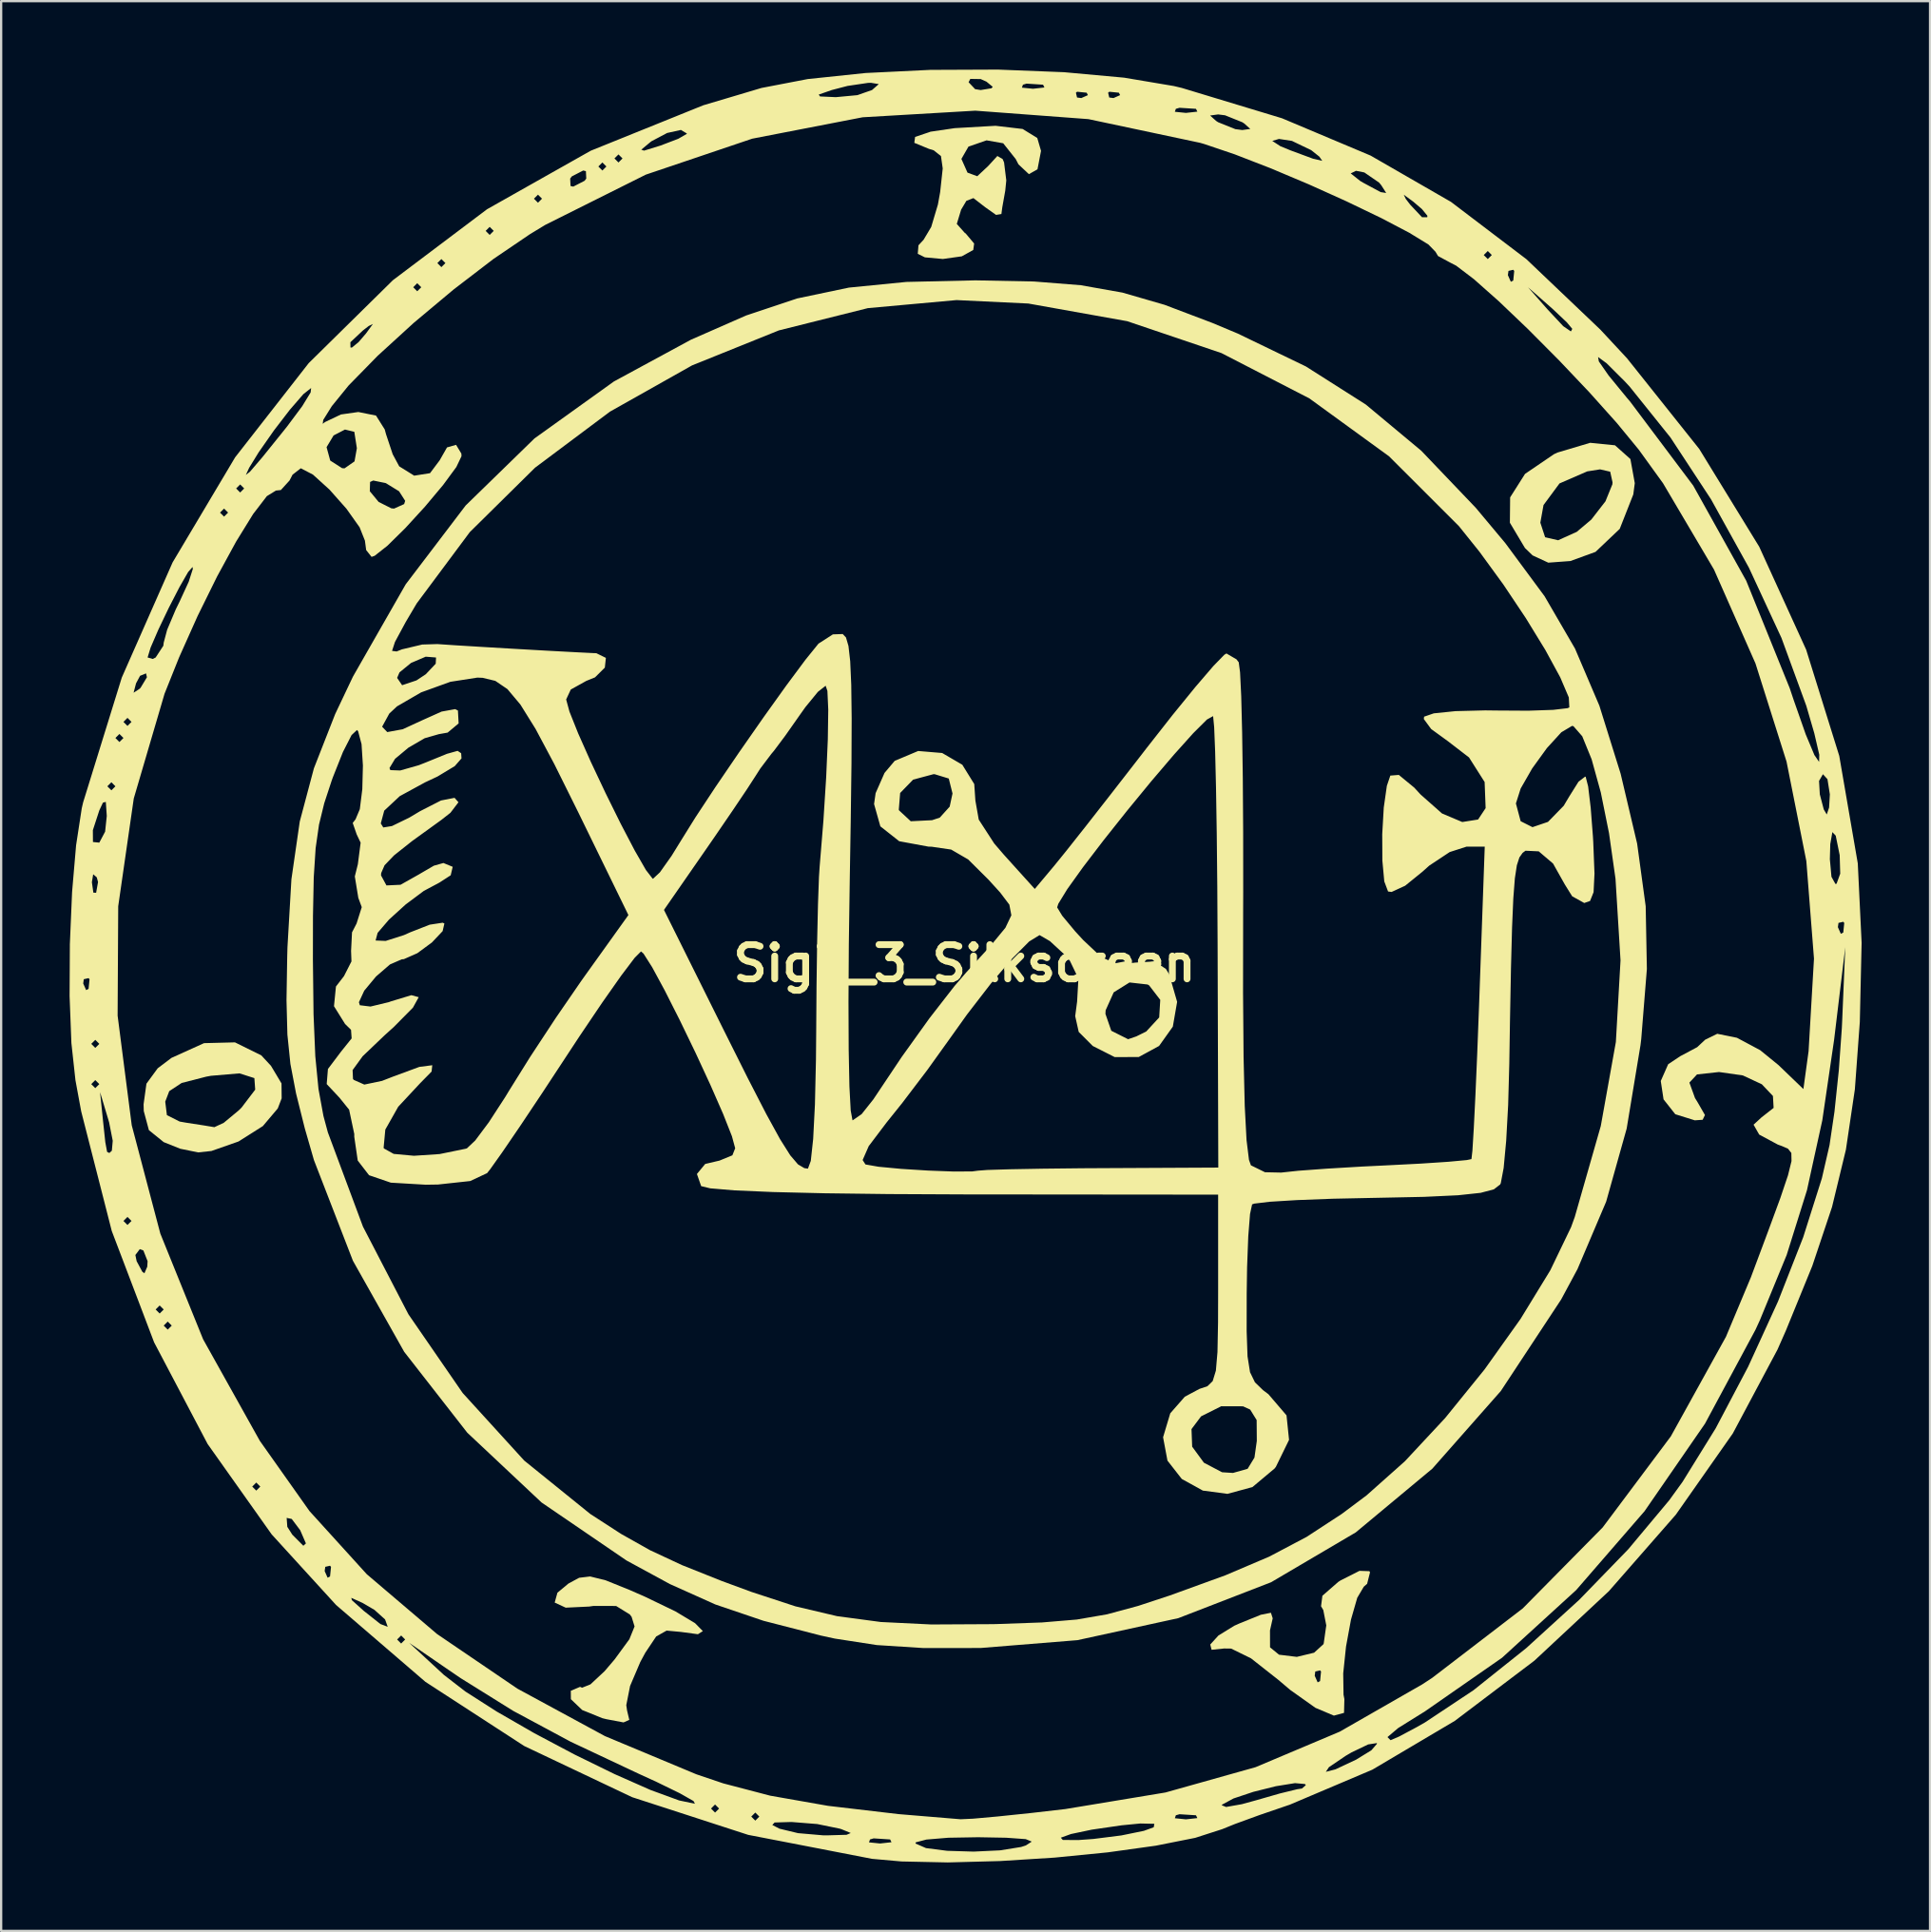
<source format=kicad_pcb>
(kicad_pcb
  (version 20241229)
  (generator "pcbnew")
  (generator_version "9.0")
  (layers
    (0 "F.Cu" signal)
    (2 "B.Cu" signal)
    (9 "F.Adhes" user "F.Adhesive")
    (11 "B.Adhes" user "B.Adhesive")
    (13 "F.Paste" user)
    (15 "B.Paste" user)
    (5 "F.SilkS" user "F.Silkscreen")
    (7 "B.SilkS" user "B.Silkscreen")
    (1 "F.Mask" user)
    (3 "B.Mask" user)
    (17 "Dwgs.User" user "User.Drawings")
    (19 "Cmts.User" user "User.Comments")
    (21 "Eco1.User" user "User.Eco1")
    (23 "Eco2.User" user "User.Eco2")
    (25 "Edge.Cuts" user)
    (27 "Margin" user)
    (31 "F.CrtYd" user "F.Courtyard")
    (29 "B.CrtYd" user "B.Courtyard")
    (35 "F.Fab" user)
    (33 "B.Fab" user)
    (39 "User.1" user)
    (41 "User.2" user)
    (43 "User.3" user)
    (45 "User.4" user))
  (footprint "Sigil_3_Silkscreen"
    (layer "F.Cu")
    (at 39.226 39.172)
    (property "Reference" "Sigil_3_Silkscreen" (at 0 0 0) (layer "F.SilkS") (effects (font (size 1.5 1.5) (thickness 0.3))))
    (attr board_only exclude_from_pos_files exclude_from_bom)
    (fp_poly (pts (xy 28.506 -22.706) (xy 29.182 -22.104) (xy 29.374 -21.047) (xy 29.309 -20.553) (xy 28.714 -19.042) (xy 27.653 -18.034) (xy 26.554 -17.634) (xy 25.583 -17.562) (xy 24.896 -17.88) (xy 24.561 -18.203) (xy 23.9 -19.312) (xy 23.9 -19.315) (xy 25.235 -19.315) (xy 25.444 -18.676) (xy 26.015 -18.544) (xy 26.83 -18.912) (xy 27.469 -19.451) (xy 28.089 -20.251) (xy 28.392 -20.996) (xy 28.399 -21.082) (xy 28.296 -21.549) (xy 27.853 -21.651) (xy 27.29 -21.562) (xy 26.074 -21.034) (xy 25.374 -20.087) (xy 25.235 -19.315) (xy 23.9 -19.315) (xy 23.911 -20.424) (xy 24.564 -21.453) (xy 25.832 -22.316) (xy 25.991 -22.39) (xy 27.419 -22.815)) (stroke (width 0) (type solid)) (fill yes) (layer "F.SilkS"))
    (fp_poly (pts (xy -30.825 4.031) (xy -30.401 4.488) (xy -29.938 5.261) (xy -29.931 5.915) (xy -30.102 6.358) (xy -30.755 7.131) (xy -31.821 7.806) (xy -33.01 8.223) (xy -33.591 8.285) (xy -34.376 8.125) (xy -35.101 7.834) (xy -35.75 7.31) (xy -35.975 6.472) (xy -35.983 6.177) (xy -35.967 6.06) (xy -35.034 6.06) (xy -34.961 6.651) (xy -34.401 6.933) (xy -34.152 6.977) (xy -33.332 7.104) (xy -32.88 7.179) (xy -32.47 6.988) (xy -31.82 6.449) (xy -31.691 6.323) (xy -31.091 5.535) (xy -31.127 5.029) (xy -31.779 4.821) (xy -33.029 4.927) (xy -33.24 4.966) (xy -34.315 5.242) (xy -34.858 5.6) (xy -35.034 6.06) (xy -35.967 6.06) (xy -35.858 5.273) (xy -35.365 4.599) (xy -34.76 4.142) (xy -33.333 3.496) (xy -31.978 3.462)) (stroke (width 0) (type solid)) (fill yes) (layer "F.SilkS"))
    (fp_poly (pts (xy -15.735 27.037) (xy -14.685 27.46) (xy -13.998 27.762) (xy -12.67 28.402) (xy -11.813 28.917) (xy -11.471 29.265) (xy -11.687 29.402) (xy -12.435 29.301) (xy -13.06 29.243) (xy -13.516 29.5) (xy -13.993 30.212) (xy -14.213 30.619) (xy -14.661 31.671) (xy -14.827 32.511) (xy -14.793 32.743) (xy -14.695 33.155) (xy -14.947 33.267) (xy -15.701 33.125) (xy -15.875 33.082) (xy -16.759 32.724) (xy -17.255 32.249) (xy -17.258 31.881) (xy -16.853 31.708) (xy -16.764 31.746) (xy -16.397 31.599) (xy -15.781 31.025) (xy -15.341 30.509) (xy -14.692 29.622) (xy -14.464 29.061) (xy -14.594 28.639) (xy -14.675 28.533) (xy -15.272 28.164) (xy -16.26 28.161) (xy -16.454 28.189) (xy -17.482 28.238) (xy -17.965 28.015) (xy -17.845 27.582) (xy -17.361 27.18) (xy -16.894 26.928) (xy -16.412 26.87)) (stroke (width 0) (type solid)) (fill yes) (layer "F.SilkS"))
    (fp_poly (pts (xy 2.543 -36.57) (xy 3.186 -36.174) (xy 3.351 -35.61) (xy 3.195 -34.801) (xy 2.819 -34.589) (xy 2.361 -35.02) (xy 2.242 -35.25) (xy 1.693 -35.943) (xy 0.964 -36.071) (xy 0.17 -35.796) (xy -0.139 -35.257) (xy 0.128 -34.656) (xy 0.556 -34.499) (xy 1.032 -34.944) (xy 1.437 -35.386) (xy 1.67 -35.249) (xy 1.731 -35.101) (xy 1.828 -34.316) (xy 1.783 -33.867) (xy 1.652 -33.131) (xy 1.614 -32.842) (xy 1.379 -32.804) (xy 0.91 -33.136) (xy 0.387 -33.54) (xy 0.079 -33.42) (xy -0.151 -33.033) (xy -0.341 -32.408) (xy 0.013 -32.011) (xy 0.047 -31.992) (xy 0.419 -31.549) (xy 0.381 -31.267) (xy -0.121 -30.988) (xy -0.95 -30.871) (xy -1.739 -30.943) (xy -2.052 -31.098) (xy -2.021 -31.471) (xy -1.796 -31.715) (xy -1.462 -32.276) (xy -1.169 -33.257) (xy -1.07 -33.805) (xy -0.958 -34.84) (xy -1.035 -35.382) (xy -1.353 -35.634) (xy -1.562 -35.698) (xy -2.203 -35.962) (xy -2.169 -36.221) (xy -1.488 -36.451) (xy -0.432 -36.606) (xy 1.358 -36.709)) (stroke (width 0) (type solid)) (fill yes) (layer "F.SilkS"))
    (fp_poly (pts (xy 17.743 26.639) (xy 17.77 26.688) (xy 17.643 27.192) (xy 17.497 27.319) (xy 17.21 27.805) (xy 16.936 28.759) (xy 16.718 29.943) (xy 16.595 31.12) (xy 16.609 32.051) (xy 16.646 32.245) (xy 16.631 32.848) (xy 16.186 32.969) (xy 15.378 32.628) (xy 14.273 31.844) (xy 13.758 31.407) (xy 13.522 31.221) (xy 15.346 31.221) (xy 15.475 31.511) (xy 15.581 31.456) (xy 15.623 31.037) (xy 15.581 30.986) (xy 15.371 31.034) (xy 15.346 31.221) (xy 13.522 31.221) (xy 12.553 30.458) (xy 11.683 30.031) (xy 11.377 30.027) (xy 10.826 30.084) (xy 10.768 29.852) (xy 11.126 29.458) (xy 11.823 29.029) (xy 12.038 28.933) (xy 12.986 28.548) (xy 13.427 28.461) (xy 13.505 28.705) (xy 13.386 29.233) (xy 13.388 29.976) (xy 13.782 30.299) (xy 14.561 30.394) (xy 15.318 30.212) (xy 15.732 29.835) (xy 15.743 29.786) (xy 15.834 29.141) (xy 15.853 29.016) (xy 15.722 28.343) (xy 15.623 28.175) (xy 15.683 27.715) (xy 16.38 27.107) (xy 16.483 27.041) (xy 17.308 26.624)) (stroke (width 0) (type solid)) (fill yes) (layer "F.SilkS"))
    (fp_poly (pts (xy 0.529 -29.934) (xy 3.043 -29.885) (xy 5.094 -29.722) (xy 6.92 -29.398) (xy 8.762 -28.864) (xy 10.857 -28.07) (xy 11.975 -27.602) (xy 14.96 -26.161) (xy 17.586 -24.492) (xy 20.014 -22.469) (xy 22.406 -19.965) (xy 23.699 -18.419) (xy 25.421 -16.09) (xy 26.754 -13.797) (xy 27.822 -11.294) (xy 28.747 -8.335) (xy 28.759 -8.29) (xy 29.477 -5.249) (xy 29.852 -2.504) (xy 29.904 0.247) (xy 29.657 3.313) (xy 29.625 3.581) (xy 29.018 7.243) (xy 28.119 10.445) (xy 26.863 13.399) (xy 26.147 14.731) (xy 23.503 18.742) (xy 20.502 22.145) (xy 17.145 24.939) (xy 13.433 27.124) (xy 9.366 28.698) (xy 4.947 29.662) (xy 0.706 30.005) (xy -1.797 30.008) (xy -3.847 29.877) (xy -5.687 29.593) (xy -6.299 29.46) (xy -8.817 28.812) (xy -10.924 28.097) (xy -12.916 27.203) (xy -14.817 26.17) (xy -18.54 23.628) (xy -21.796 20.569) (xy -24.56 17.026) (xy -26.808 13.034) (xy -28.516 8.624) (xy -28.917 7.232) (xy -29.3 5.703) (xy -29.548 4.407) (xy -29.68 3.12) (xy -29.719 1.615) (xy -29.69 -0.176) (xy -28.562 -0.176) (xy -28.534 2.225) (xy -28.457 4.07) (xy -28.317 5.507) (xy -28.101 6.685) (xy -27.906 7.408) (xy -26.367 11.54) (xy -24.375 15.38) (xy -21.998 18.829) (xy -19.301 21.79) (xy -16.404 24.132) (xy -15.047 25.01) (xy -13.777 25.724) (xy -12.382 26.374) (xy -10.653 27.064) (xy -9.339 27.548) (xy -7.415 28.179) (xy -5.592 28.609) (xy -3.672 28.866) (xy -1.459 28.974) (xy 1.244 28.96) (xy 1.411 28.956) (xy 3.393 28.886) (xy 4.919 28.758) (xy 6.24 28.53) (xy 7.606 28.161) (xy 8.996 27.703) (xy 11.418 26.824) (xy 13.35 26.002) (xy 14.989 25.137) (xy 16.532 24.129) (xy 17.618 23.316) (xy 19.296 21.823) (xy 21.06 19.93) (xy 22.79 17.796) (xy 24.367 15.583) (xy 25.671 13.452) (xy 26.581 11.562) (xy 26.744 11.113) (xy 27.884 7.128) (xy 28.545 3.445) (xy 28.749 -0.131) (xy 28.529 -3.708) (xy 28.245 -5.706) (xy 27.885 -7.491) (xy 27.482 -8.946) (xy 27.071 -9.954) (xy 26.685 -10.396) (xy 26.622 -10.407) (xy 26.156 -10.129) (xy 25.523 -9.436) (xy 24.877 -8.543) (xy 24.373 -7.664) (xy 24.165 -7.013) (xy 24.165 -7.005) (xy 24.372 -6.231) (xy 24.89 -5.97) (xy 25.57 -6.201) (xy 26.258 -6.906) (xy 26.497 -7.307) (xy 26.908 -7.962) (xy 27.2 -8.186) (xy 27.223 -8.172) (xy 27.33 -7.755) (xy 27.442 -6.821) (xy 27.54 -5.557) (xy 27.554 -5.317) (xy 27.608 -3.935) (xy 27.568 -3.119) (xy 27.414 -2.735) (xy 27.159 -2.646) (xy 26.63 -2.94) (xy 26.31 -3.454) (xy 25.792 -4.375) (xy 25.164 -4.91) (xy 24.584 -4.937) (xy 24.457 -4.842) (xy 24.316 -4.642) (xy 24.205 -4.298) (xy 24.118 -3.727) (xy 24.05 -2.844) (xy 23.995 -1.564) (xy 23.948 0.197) (xy 23.904 2.523) (xy 23.874 4.41) (xy 23.824 6.207) (xy 23.738 7.775) (xy 23.627 8.965) (xy 23.502 9.63) (xy 23.474 9.69) (xy 23.199 9.903) (xy 22.618 10.057) (xy 21.631 10.163) (xy 20.14 10.233) (xy 18.045 10.276) (xy 17.983 10.277) (xy 16.144 10.315) (xy 14.563 10.375) (xy 13.371 10.448) (xy 12.699 10.529) (xy 12.602 10.563) (xy 12.511 10.986) (xy 12.434 11.956) (xy 12.382 13.317) (xy 12.365 14.472) (xy 12.363 16.125) (xy 12.401 17.223) (xy 12.511 17.918) (xy 12.726 18.361) (xy 13.079 18.703) (xy 13.316 18.882) (xy 14.11 19.809) (xy 14.221 20.883) (xy 13.645 22.063) (xy 13.588 22.138) (xy 12.617 22.952) (xy 11.522 23.25) (xy 10.443 23.107) (xy 9.52 22.597) (xy 8.892 21.793) (xy 8.7 20.77) (xy 8.807 20.411) (xy 9.946 20.411) (xy 9.975 21.182) (xy 10.49 21.885) (xy 11.286 22.303) (xy 11.764 22.333) (xy 12.405 22.152) (xy 12.705 21.66) (xy 12.808 20.932) (xy 12.801 20.016) (xy 12.517 19.556) (xy 12.204 19.413) (xy 11.25 19.41) (xy 10.365 19.853) (xy 9.946 20.411) (xy 8.807 20.411) (xy 9.015 19.719) (xy 9.652 18.992) (xy 10.295 18.649) (xy 10.643 18.533) (xy 10.874 18.308) (xy 11.014 17.85) (xy 11.084 17.034) (xy 11.109 15.735) (xy 11.113 14.29) (xy 11.113 10.136) (xy -0.04 10.126) (xy -3.33 10.111) (xy -6.13 10.076) (xy -8.396 10.022) (xy -10.084 9.949) (xy -11.15 9.859) (xy -11.545 9.763) (xy -11.731 9.231) (xy -11.368 8.791) (xy -10.739 8.643) (xy -10.177 8.412) (xy -10.054 8.103) (xy -10.197 7.575) (xy -10.581 6.604) (xy -11.136 5.336) (xy -11.794 3.914) (xy -12.486 2.483) (xy -13.142 1.186) (xy -13.693 0.168) (xy -14.072 -0.428) (xy -14.182 -0.523) (xy -14.462 -0.24) (xy -15.049 0.536) (xy -15.871 1.704) (xy -16.856 3.163) (xy -17.462 4.084) (xy -18.531 5.71) (xy -19.494 7.152) (xy -20.273 8.293) (xy -20.789 9.019) (xy -20.927 9.193) (xy -21.669 9.54) (xy -23.08 9.693) (xy -23.618 9.701) (xy -25.147 9.611) (xy -26.101 9.285) (xy -26.597 8.642) (xy -26.749 7.6) (xy -26.749 7.478) (xy -26.974 6.413) (xy -27.396 5.889) (xy -27.957 5.29) (xy -27.907 4.677) (xy -26.822 4.677) (xy -26.805 5.066) (xy -26.769 5.108) (xy -26.308 5.312) (xy -25.533 5.15) (xy -25.051 4.963) (xy -23.896 4.537) (xy -23.33 4.464) (xy -23.36 4.742) (xy -23.861 5.252) (xy -24.823 6.285) (xy -25.388 7.284) (xy -25.462 8.077) (xy -25.45 8.111) (xy -25.022 8.35) (xy -24.132 8.432) (xy -23.007 8.357) (xy -21.872 8.125) (xy -21.812 8.107) (xy -21.447 7.762) (xy -20.849 6.961) (xy -20.134 5.86) (xy -19.963 5.578) (xy -19.042 4.102) (xy -17.917 2.392) (xy -16.807 0.778) (xy -16.63 0.529) (xy -14.734 -2.117) (xy -14.844 -2.343) (xy -13.175 -2.343) (xy -10.575 2.885) (xy -9.507 5.02) (xy -8.694 6.599) (xy -8.088 7.703) (xy -7.64 8.413) (xy -7.301 8.81) (xy -7.022 8.975) (xy -6.865 8.996) (xy -6.74 8.657) (xy -6.736 8.619) (xy -4.468 8.619) (xy -4.344 8.813) (xy -3.773 8.913) (xy -2.775 9.007) (xy -1.594 9.081) (xy -0.474 9.123) (xy 0.338 9.118) (xy 0.581 9.086) (xy 0.997 9.054) (xy 1.987 9.024) (xy 3.422 8.998) (xy 5.169 8.979) (xy 5.964 8.975) (xy 11.12 8.95) (xy 11.09 -0.805) (xy 11.076 -3.363) (xy 11.052 -5.691) (xy 11.02 -7.694) (xy 10.982 -9.279) (xy 10.939 -10.354) (xy 10.894 -10.825) (xy 10.89 -10.835) (xy 10.622 -10.686) (xy 10.02 -10.086) (xy 9.176 -9.146) (xy 8.179 -7.977) (xy 7.123 -6.691) (xy 6.096 -5.4) (xy 5.191 -4.216) (xy 4.499 -3.25) (xy 4.109 -2.613) (xy 4.057 -2.454) (xy 4.279 -2.088) (xy 4.84 -1.413) (xy 5.194 -1.027) (xy 5.988 -0.279) (xy 6.638 0.016) (xy 7.414 -0.024) (xy 7.457 -0.032) (xy 8.324 -0.086) (xy 8.823 0.243) (xy 8.965 0.472) (xy 9.316 1.686) (xy 9.127 2.774) (xy 8.524 3.62) (xy 7.634 4.104) (xy 6.58 4.108) (xy 5.619 3.621) (xy 5.002 3.003) (xy 4.848 2.312) (xy 4.861 2.214) (xy 6.174 2.214) (xy 6.43 2.953) (xy 7.167 3.324) (xy 7.526 3.201) (xy 7.961 2.986) (xy 8.53 2.369) (xy 8.576 1.599) (xy 8.089 0.966) (xy 8.021 0.926) (xy 7.229 0.837) (xy 6.536 1.27) (xy 6.182 2.057) (xy 6.174 2.214) (xy 4.861 2.214) (xy 4.932 1.674) (xy 4.989 0.663) (xy 4.616 -0.112) (xy 4.372 -0.393) (xy 3.742 -0.974) (xy 3.295 -1.234) (xy 3.279 -1.235) (xy 2.833 -0.961) (xy 2.091 -0.216) (xy 1.15 0.889) (xy 0.109 2.238) (xy -0.658 3.313) (xy -1.639 4.68) (xy -2.731 6.117) (xy -3.415 6.97) (xy -4.2 8.008) (xy -4.468 8.619) (xy -6.736 8.619) (xy -6.636 7.694) (xy -6.559 6.188) (xy -6.514 4.221) (xy -6.504 3.087) (xy -6.489 0.999) (xy -6.462 -0.945) (xy -6.425 -2.592) (xy -6.382 -3.785) (xy -6.353 -4.233) (xy -6.187 -6.255) (xy -6.066 -8.157) (xy -5.994 -9.819) (xy -5.975 -11.121) (xy -6.012 -11.94) (xy -6.089 -12.168) (xy -6.428 -11.901) (xy -6.977 -11.23) (xy -7.232 -10.871) (xy -7.855 -9.984) (xy -8.355 -9.316) (xy -8.467 -9.183) (xy -8.952 -8.541) (xy -9.172 -8.197) (xy -9.526 -7.65) (xy -10.169 -6.694) (xy -10.986 -5.5) (xy -11.35 -4.974) (xy -13.175 -2.343) (xy -14.844 -2.343) (xy -16.933 -6.623) (xy -17.98 -8.731) (xy -18.804 -10.277) (xy -19.469 -11.345) (xy -20.035 -12.019) (xy -20.567 -12.381) (xy -21.125 -12.515) (xy -21.355 -12.524) (xy -22.538 -12.34) (xy -23.818 -11.877) (xy -24.874 -11.265) (xy -25.214 -10.948) (xy -25.528 -10.372) (xy -25.303 -10.137) (xy -24.625 -10.261) (xy -23.79 -10.646) (xy -22.922 -11.035) (xy -22.326 -11.143) (xy -22.206 -11.082) (xy -22.175 -10.517) (xy -22.656 -10.114) (xy -23.04 -10.046) (xy -23.662 -9.868) (xy -24.375 -9.454) (xy -24.962 -8.964) (xy -25.205 -8.561) (xy -25.168 -8.47) (xy -24.735 -8.454) (xy -23.924 -8.684) (xy -23.631 -8.799) (xy -22.686 -9.184) (xy -22.22 -9.314) (xy -22.064 -9.21) (xy -22.049 -8.983) (xy -22.345 -8.645) (xy -23.101 -8.189) (xy -23.644 -7.934) (xy -24.755 -7.329) (xy -25.436 -6.693) (xy -25.586 -6.133) (xy -25.477 -5.957) (xy -25.098 -6.018) (xy -24.345 -6.384) (xy -23.863 -6.671) (xy -22.947 -7.139) (xy -22.353 -7.255) (xy -22.182 -7.061) (xy -22.535 -6.599) (xy -22.936 -6.284) (xy -24.212 -5.362) (xy -25.005 -4.733) (xy -25.422 -4.298) (xy -25.569 -3.959) (xy -25.576 -3.855) (xy -25.338 -3.416) (xy -24.721 -3.445) (xy -23.968 -3.869) (xy -23.26 -4.281) (xy -22.842 -4.399) (xy -22.435 -4.232) (xy -22.522 -3.861) (xy -23.019 -3.539) (xy -23.702 -3.175) (xy -24.497 -2.581) (xy -25.23 -1.915) (xy -25.726 -1.336) (xy -25.814 -1.002) (xy -25.371 -0.984) (xy -24.569 -1.24) (xy -24.294 -1.363) (xy -23.441 -1.696) (xy -22.875 -1.782) (xy -22.799 -1.749) (xy -22.876 -1.413) (xy -23.346 -0.916) (xy -23.986 -0.445) (xy -24.573 -0.186) (xy -24.672 -0.176) (xy -25.184 0.047) (xy -25.795 0.575) (xy -26.313 1.198) (xy -26.545 1.703) (xy -26.505 1.835) (xy -26.038 1.892) (xy -25.235 1.699) (xy -25.145 1.666) (xy -24.247 1.394) (xy -23.924 1.482) (xy -24.178 1.941) (xy -25.011 2.783) (xy -25.42 3.153) (xy -26.381 4.07) (xy -26.822 4.677) (xy -27.907 4.677) (xy -27.903 4.629) (xy -27.329 3.868) (xy -26.864 3.288) (xy -26.891 2.912) (xy -27.152 2.656) (xy -27.638 1.877) (xy -27.552 1.014) (xy -27.2 0.559) (xy -26.872 -0.086) (xy -26.889 -0.544) (xy -26.848 -1.36) (xy -26.648 -1.747) (xy -26.421 -2.464) (xy -26.572 -2.873) (xy -26.725 -3.81) (xy -26.592 -4.346) (xy -26.47 -5.289) (xy -26.644 -5.656) (xy -26.817 -6.154) (xy -26.693 -6.314) (xy -26.506 -6.758) (xy -26.397 -7.632) (xy -26.37 -8.671) (xy -26.43 -9.608) (xy -26.581 -10.176) (xy -26.63 -10.228) (xy -26.867 -10.005) (xy -27.245 -9.265) (xy -27.685 -8.16) (xy -27.736 -8.019) (xy -28.065 -7.018) (xy -28.294 -6.082) (xy -28.442 -5.051) (xy -28.525 -3.767) (xy -28.559 -2.072) (xy -28.562 -0.176) (xy -29.69 -0.176) (xy -29.687 -0.332) (xy -29.677 -0.706) (xy -29.504 -3.685) (xy -29.138 -6.217) (xy -28.518 -8.549) (xy -27.586 -10.926) (xy -26.834 -12.511) (xy -24.871 -12.511) (xy -24.651 -12.191) (xy -24.022 -12.402) (xy -23.616 -12.671) (xy -23.179 -13.133) (xy -23.165 -13.405) (xy -23.617 -13.441) (xy -24.26 -13.167) (xy -24.767 -12.753) (xy -24.871 -12.511) (xy -26.834 -12.511) (xy -26.805 -12.571) (xy -26.163 -13.695) (xy -25.093 -13.695) (xy -24.892 -13.67) (xy -24.662 -13.762) (xy -23.77 -13.974) (xy -23.107 -13.994) (xy -22.321 -13.941) (xy -21.108 -13.867) (xy -19.682 -13.783) (xy -18.257 -13.702) (xy -17.045 -13.637) (xy -16.26 -13.598) (xy -16.14 -13.594) (xy -15.721 -13.389) (xy -15.767 -12.962) (xy -16.197 -12.535) (xy -16.581 -12.379) (xy -17.259 -12.002) (xy -17.462 -11.567) (xy -17.318 -11.036) (xy -16.934 -10.075) (xy -16.382 -8.834) (xy -15.736 -7.465) (xy -15.07 -6.118) (xy -14.455 -4.943) (xy -13.966 -4.092) (xy -13.675 -3.716) (xy -13.654 -3.709) (xy -13.353 -3.991) (xy -12.842 -4.712) (xy -12.427 -5.385) (xy -11.797 -6.397) (xy -10.915 -7.734) (xy -9.886 -9.244) (xy -8.816 -10.777) (xy -7.811 -12.181) (xy -6.976 -13.304) (xy -6.417 -13.996) (xy -6.4 -14.015) (xy -5.772 -14.419) (xy -5.34 -14.434) (xy -5.198 -14.284) (xy -5.089 -13.91) (xy -5.013 -13.243) (xy -4.967 -12.21) (xy -4.949 -10.741) (xy -4.957 -8.765) (xy -4.99 -6.212) (xy -5.032 -3.682) (xy -5.073 -0.821) (xy -5.088 1.692) (xy -5.079 3.787) (xy -5.047 5.396) (xy -4.991 6.447) (xy -4.914 6.871) (xy -4.903 6.877) (xy -4.512 6.607) (xy -3.996 5.957) (xy -3.963 5.907) (xy -2.758 4.105) (xy -1.536 2.401) (xy -0.441 0.993) (xy 0.073 0.396) (xy 1.142 -0.774) (xy 1.789 -1.559) (xy 2.05 -2.108) (xy 1.962 -2.574) (xy 1.559 -3.107) (xy 1.044 -3.673) (xy 0.158 -4.554) (xy -0.589 -4.988) (xy -1.451 -5.114) (xy -1.574 -5.115) (xy -2.864 -5.353) (xy -3.691 -6.005) (xy -3.897 -6.735) (xy -2.883 -6.735) (xy -2.873 -6.707) (xy -2.359 -6.229) (xy -1.426 -6.275) (xy -1.087 -6.388) (xy -0.653 -6.869) (xy -0.529 -7.446) (xy -0.693 -8.101) (xy -1.31 -8.29) (xy -1.368 -8.29) (xy -2.256 -8.052) (xy -2.824 -7.467) (xy -2.883 -6.735) (xy -3.897 -6.735) (xy -3.967 -6.983) (xy -3.899 -7.461) (xy -3.509 -8.346) (xy -3.063 -8.875) (xy -2.034 -9.308) (xy -0.982 -9.22) (xy -0.099 -8.705) (xy 0.424 -7.859) (xy 0.474 -7.132) (xy 0.621 -6.301) (xy 1.298 -5.256) (xy 1.719 -4.766) (xy 3.077 -3.262) (xy 3.928 -4.277) (xy 4.449 -4.92) (xy 5.296 -5.99) (xy 6.365 -7.357) (xy 7.555 -8.888) (xy 7.979 -9.437) (xy 9.121 -10.892) (xy 10.124 -12.123) (xy 10.906 -13.034) (xy 11.383 -13.524) (xy 11.477 -13.582) (xy 11.917 -13.325) (xy 12.016 -13.195) (xy 12.074 -12.756) (xy 12.125 -11.703) (xy 12.165 -10.125) (xy 12.194 -8.112) (xy 12.21 -5.756) (xy 12.212 -3.146) (xy 12.209 -2.212) (xy 12.205 1.287) (xy 12.228 4.1) (xy 12.279 6.246) (xy 12.358 7.744) (xy 12.465 8.614) (xy 12.55 8.851) (xy 13.167 9.154) (xy 13.877 9.169) (xy 14.623 9.089) (xy 15.873 8.997) (xy 17.424 8.905) (xy 18.468 8.854) (xy 19.989 8.776) (xy 21.22 8.694) (xy 22.008 8.621) (xy 22.216 8.578) (xy 22.258 8.208) (xy 22.317 7.242) (xy 22.389 5.791) (xy 22.468 3.965) (xy 22.548 1.873) (xy 22.555 1.676) (xy 22.798 -5.115) (xy 21.999 -5.115) (xy 21.261 -4.878) (xy 20.367 -4.285) (xy 20.067 -4.017) (xy 19.31 -3.403) (xy 18.716 -3.13) (xy 18.561 -3.15) (xy 18.395 -3.591) (xy 18.311 -4.504) (xy 18.305 -5.659) (xy 18.372 -6.828) (xy 18.508 -7.782) (xy 18.66 -8.23) (xy 19.032 -8.26) (xy 19.708 -7.703) (xy 19.985 -7.402) (xy 20.926 -6.57) (xy 21.813 -6.195) (xy 22.506 -6.305) (xy 22.837 -6.804) (xy 22.793 -7.948) (xy 22.109 -9.025) (xy 21.176 -9.743) (xy 20.45 -10.27) (xy 20.127 -10.71) (xy 20.14 -10.812) (xy 20.565 -10.958) (xy 21.517 -11.055) (xy 22.819 -11.088) (xy 23.326 -11.082) (xy 24.707 -11.074) (xy 25.8 -11.111) (xy 26.428 -11.185) (xy 26.506 -11.219) (xy 26.482 -11.657) (xy 26.107 -12.536) (xy 25.454 -13.735) (xy 24.597 -15.133) (xy 23.611 -16.608) (xy 22.568 -18.039) (xy 21.665 -19.164) (xy 18.606 -22.221) (xy 15.112 -24.761) (xy 11.259 -26.747) (xy 7.127 -28.145) (xy 2.795 -28.919) (xy -0.353 -29.07) (xy -4.24 -28.717) (xy -8.14 -27.741) (xy -11.943 -26.208) (xy -15.542 -24.181) (xy -18.826 -21.724) (xy -21.685 -18.901) (xy -24.012 -15.776) (xy -24.491 -14.966) (xy -24.965 -14.088) (xy -25.093 -13.695) (xy -26.163 -13.695) (xy -24.494 -16.614) (xy -21.866 -20.069) (xy -18.849 -23.008) (xy -15.367 -25.505) (xy -11.994 -27.333) (xy -9.572 -28.396) (xy -7.336 -29.142) (xy -5.07 -29.617) (xy -2.553 -29.866) (xy 0.431 -29.934)) (stroke (width 0) (type solid)) (fill yes) (layer "F.SilkS"))
    (fp_poly (pts (xy 4.359 -39.058) (xy 6.993 -38.818) (xy 9.174 -38.451) (xy 9.525 -38.367) (xy 13.914 -37.038) (xy 17.796 -35.403) (xy 21.318 -33.374) (xy 24.626 -30.861) (xy 27.866 -27.775) (xy 29.032 -26.521) (xy 32.198 -22.548) (xy 34.827 -18.262) (xy 36.885 -13.749) (xy 38.336 -9.094) (xy 39.148 -4.383) (xy 39.316 -0.901) (xy 39.237 2.564) (xy 39.02 5.521) (xy 38.628 8.162) (xy 38.019 10.677) (xy 37.155 13.258) (xy 35.996 16.095) (xy 35.627 16.93) (xy 33.669 20.604) (xy 31.171 24.165) (xy 28.237 27.517) (xy 24.972 30.562) (xy 21.482 33.202) (xy 17.871 35.339) (xy 14.244 36.877) (xy 14.175 36.899) (xy 12.92 37.329) (xy 11.853 37.718) (xy 11.289 37.946) (xy 10.109 38.326) (xy 8.384 38.669) (xy 6.276 38.962) (xy 3.947 39.192) (xy 1.556 39.343) (xy -0.736 39.404) (xy -2.766 39.361) (xy -4.057 39.246) (xy -7.524 38.574) (xy -2.151 38.574) (xy -1.691 38.775) (xy -0.764 38.894) (xy 0.396 38.929) (xy 1.555 38.874) (xy 2.478 38.726) (xy 2.684 38.659) (xy 2.944 38.491) (xy 2.681 38.382) (xy 1.829 38.321) (xy 1.72 38.319) (xy 4.219 38.319) (xy 4.305 38.418) (xy 4.983 38.423) (xy 5.644 38.375) (xy 6.873 38.22) (xy 7.86 38.018) (xy 8.29 37.862) (xy 8.317 37.71) (xy 7.702 37.697) (xy 6.879 37.777) (xy 5.57 37.968) (xy 4.662 38.159) (xy 4.219 38.319) (xy 1.72 38.319) (xy 0.597 38.299) (xy -0.713 38.321) (xy -1.674 38.401) (xy -2.136 38.522) (xy -2.151 38.574) (xy -7.524 38.574) (xy -7.782 38.524) (xy -4.189 38.524) (xy -3.704 38.573) (xy -3.203 38.518) (xy -3.263 38.396) (xy -3.985 38.349) (xy -4.145 38.396) (xy -4.189 38.524) (xy -7.782 38.524) (xy -9.484 38.195) (xy -10.818 37.762) (xy -8.427 37.762) (xy -8.114 37.924) (xy -7.301 38.12) (xy -6.206 38.215) (xy -5.997 38.216) (xy -5.171 38.192) (xy -4.989 38.114) (xy -5.39 37.949) (xy -5.468 37.924) (xy -6.457 37.721) (xy -7.585 37.631) (xy -8.326 37.653) (xy -8.427 37.762) (xy -10.818 37.762) (xy -11.949 37.394) (xy -9.349 37.394) (xy -9.172 37.571) (xy -8.996 37.394) (xy -9.172 37.218) (xy -9.349 37.394) (xy -11.949 37.394) (xy -13.035 37.042) (xy -11.113 37.042) (xy -10.936 37.218) (xy -10.76 37.042) (xy -10.936 36.865) (xy -11.113 37.042) (xy -13.035 37.042) (xy -14.572 36.543) (xy -19.295 34.304) (xy -23.628 31.491) (xy -25.788 29.633) (xy -24.871 29.633) (xy -24.694 29.81) (xy -24.664 29.779) (xy -24.342 29.779) (xy -22.82 31.185) (xy -21.875 31.915) (xy -20.505 32.791) (xy -18.861 33.737) (xy -17.09 34.676) (xy -15.342 35.531) (xy -13.767 36.227) (xy -12.513 36.686) (xy -11.818 36.832) (xy -11.881 36.712) (xy -12.481 36.372) (xy -13.508 35.871) (xy -14.287 35.515) (xy -17.262 34.115) (xy -19.782 32.762) (xy -22.079 31.331) (xy -22.578 30.992) (xy -24.342 29.779) (xy -24.664 29.779) (xy -24.518 29.633) (xy -24.694 29.457) (xy -24.871 29.633) (xy -25.788 29.633) (xy -27.548 28.119) (xy -27.832 27.807) (xy -26.879 27.807) (xy -26.853 27.91) (xy -26.331 28.379) (xy -25.603 28.955) (xy -25.283 29.076) (xy -25.399 28.753) (xy -25.865 28.334) (xy -26.39 28.028) (xy -26.879 27.807) (xy -27.832 27.807) (xy -28.902 26.635) (xy -28.046 26.635) (xy -27.917 26.925) (xy -27.811 26.87) (xy -27.768 26.451) (xy -27.811 26.4) (xy -28.02 26.448) (xy -28.046 26.635) (xy -28.902 26.635) (xy -30.369 25.026) (xy -30.881 24.303) (xy -29.712 24.303) (xy -29.684 24.694) (xy -29.464 25.039) (xy -28.981 25.525) (xy -28.868 25.422) (xy -29.12 24.841) (xy -29.49 24.35) (xy -29.712 24.303) (xy -30.881 24.303) (xy -31.854 22.931) (xy -31.221 22.931) (xy -31.044 23.107) (xy -30.868 22.931) (xy -31.044 22.754) (xy -31.221 22.931) (xy -31.854 22.931) (xy -33.176 21.065) (xy -35.521 16.611) (xy -35.801 15.875) (xy -35.101 15.875) (xy -34.925 16.051) (xy -34.749 15.875) (xy -34.925 15.699) (xy -35.101 15.875) (xy -35.801 15.875) (xy -36.069 15.169) (xy -35.454 15.169) (xy -35.278 15.346) (xy -35.101 15.169) (xy -35.278 14.993) (xy -35.454 15.169) (xy -36.069 15.169) (xy -36.977 12.782) (xy -36.343 12.782) (xy -36.287 13.053) (xy -36.037 13.517) (xy -35.946 13.582) (xy -35.822 13.294) (xy -35.807 13.053) (xy -35.992 12.583) (xy -36.149 12.524) (xy -36.343 12.782) (xy -36.977 12.782) (xy -37.378 11.729) (xy -37.49 11.289) (xy -36.865 11.289) (xy -36.689 11.465) (xy -36.513 11.289) (xy -36.689 11.113) (xy -36.865 11.289) (xy -37.49 11.289) (xy -38.718 6.484) (xy -38.873 5.644) (xy -37.89 5.644) (xy -37.763 6.879) (xy -37.66 7.839) (xy -37.582 8.261) (xy -37.483 8.311) (xy -37.374 8.211) (xy -37.335 7.776) (xy -37.494 6.967) (xy -37.534 6.83) (xy -37.89 5.644) (xy -38.873 5.644) (xy -38.938 5.292) (xy -38.276 5.292) (xy -38.1 5.468) (xy -37.924 5.292) (xy -38.1 5.115) (xy -38.276 5.292) (xy -38.938 5.292) (xy -38.97 5.115) (xy -39.143 3.528) (xy -38.276 3.528) (xy -38.1 3.704) (xy -37.924 3.528) (xy -38.1 3.351) (xy -38.276 3.528) (xy -39.143 3.528) (xy -39.147 3.493) (xy -39.193 2.292) (xy -37.121 2.292) (xy -36.502 7.095) (xy -35.249 11.843) (xy -33.374 16.475) (xy -30.887 20.928) (xy -28.71 24.006) (xy -26.2 26.772) (xy -23.119 29.394) (xy -19.597 31.788) (xy -15.766 33.865) (xy -11.756 35.54) (xy -10.576 35.939) (xy -8.518 36.478) (xy -5.985 36.923) (xy -2.892 37.286) (xy -0.176 37.511) (xy 0.371 37.486) (xy 0.595 37.466) (xy 9.216 37.466) (xy 9.701 37.515) (xy 10.202 37.46) (xy 10.142 37.337) (xy 9.42 37.291) (xy 9.26 37.337) (xy 9.216 37.466) (xy 0.595 37.466) (xy 1.455 37.389) (xy 2.914 37.237) (xy 4.41 37.065) (xy 5.433 36.896) (xy 11.27 36.896) (xy 11.462 36.973) (xy 12.151 36.851) (xy 12.775 36.68) (xy 13.816 36.382) (xy 14.579 36.195) (xy 14.787 36.164) (xy 14.956 36.016) (xy 14.918 35.967) (xy 14.481 35.928) (xy 13.64 36.064) (xy 12.656 36.31) (xy 11.787 36.6) (xy 11.293 36.867) (xy 11.27 36.896) (xy 5.433 36.896) (xy 8.804 36.338) (xy 12.026 35.433) (xy 15.833 35.433) (xy 16.255 35.324) (xy 17.16 34.899) (xy 17.829 34.488) (xy 18.077 34.2) (xy 18.064 34.174) (xy 17.688 34.232) (xy 16.958 34.582) (xy 16.709 34.728) (xy 15.969 35.229) (xy 15.833 35.433) (xy 12.026 35.433) (xy 12.753 35.229) (xy 15.877 33.911) (xy 18.535 33.911) (xy 18.667 34.043) (xy 18.677 34.043) (xy 19.05 33.883) (xy 19.806 33.479) (xy 20.176 33.269) (xy 22.303 31.857) (xy 24.617 30.01) (xy 26.938 27.895) (xy 29.087 25.679) (xy 30.884 23.53) (xy 31.465 22.727) (xy 32.919 20.378) (xy 34.343 17.676) (xy 35.651 14.818) (xy 36.756 12.001) (xy 37.574 9.42) (xy 37.91 7.962) (xy 38.126 6.501) (xy 38.317 4.682) (xy 38.448 2.85) (xy 38.465 2.494) (xy 38.599 -0.706) (xy 38.11 3.351) (xy 37.593 6.877) (xy 36.921 9.941) (xy 36.031 12.781) (xy 34.858 15.635) (xy 34.664 16.058) (xy 32.452 20.172) (xy 29.802 24.01) (xy 26.806 27.466) (xy 23.556 30.433) (xy 20.144 32.806) (xy 20.09 32.837) (xy 19.002 33.515) (xy 18.535 33.911) (xy 15.877 33.911) (xy 16.443 33.672) (xy 20.06 31.599) (xy 20.491 31.317) (xy 24.463 28.271) (xy 27.967 24.721) (xy 30.953 20.731) (xy 33.37 16.365) (xy 34.463 13.758) (xy 35.219 11.737) (xy 35.755 10.28) (xy 36.089 9.289) (xy 36.243 8.665) (xy 36.236 8.309) (xy 36.088 8.122) (xy 35.82 8.006) (xy 35.643 7.942) (xy 34.826 7.503) (xy 34.58 7.07) (xy 34.927 6.751) (xy 35.459 6.334) (xy 35.429 5.812) (xy 34.943 5.299) (xy 34.109 4.911) (xy 33.067 4.762) (xy 32.102 4.867) (xy 31.768 5.225) (xy 32.014 5.905) (xy 32.11 6.057) (xy 32.449 6.646) (xy 32.349 6.855) (xy 32.005 6.879) (xy 31.149 6.612) (xy 30.635 5.961) (xy 30.513 5.155) (xy 30.837 4.421) (xy 31.363 4.07) (xy 32.107 3.674) (xy 32.46 3.345) (xy 32.989 3.086) (xy 33.85 3.26) (xy 34.869 3.804) (xy 35.668 4.454) (xy 36.764 5.508) (xy 36.991 3.851) (xy 37.228 -0.207) (xy 37.12 -1.587) (xy 38.276 -1.587) (xy 38.405 -1.297) (xy 38.512 -1.352) (xy 38.554 -1.771) (xy 38.512 -1.823) (xy 38.302 -1.774) (xy 38.276 -1.587) (xy 37.12 -1.587) (xy 36.893 -4.484) (xy 36.877 -4.565) (xy 37.924 -4.565) (xy 37.994 -3.795) (xy 38.169 -3.479) (xy 38.218 -3.491) (xy 38.378 -3.931) (xy 38.355 -4.737) (xy 38.354 -4.747) (xy 38.181 -5.597) (xy 38.034 -5.753) (xy 37.942 -5.228) (xy 37.924 -4.565) (xy 36.877 -4.565) (xy 36.194 -7.997) (xy 37.45 -7.997) (xy 37.484 -7.408) (xy 37.657 -6.747) (xy 37.788 -6.526) (xy 37.89 -6.829) (xy 37.924 -7.408) (xy 37.819 -8.072) (xy 37.62 -8.29) (xy 37.45 -7.997) (xy 36.194 -7.997) (xy 36.025 -8.843) (xy 34.663 -13.147) (xy 32.846 -17.259) (xy 30.611 -21.044) (xy 29.547 -22.516) (xy 28.586 -23.685) (xy 27.383 -25.028) (xy 26.047 -26.437) (xy 25.909 -26.575) (xy 27.765 -26.575) (xy 27.798 -26.383) (xy 28.224 -25.77) (xy 29.03 -24.785) (xy 29.165 -24.628) (xy 31.934 -20.942) (xy 34.258 -16.771) (xy 36.163 -12.065) (xy 36.34 -11.538) (xy 36.866 -10.038) (xy 37.246 -9.131) (xy 37.452 -8.829) (xy 37.46 -9.144) (xy 37.241 -10.088) (xy 36.892 -11.287) (xy 35.803 -14.262) (xy 34.375 -17.344) (xy 32.716 -20.338) (xy 30.936 -23.05) (xy 29.143 -25.284) (xy 28.928 -25.515) (xy 28.138 -26.302) (xy 27.765 -26.575) (xy 25.909 -26.575) (xy 24.686 -27.805) (xy 23.41 -29.023) (xy 22.722 -29.633) (xy 24.694 -29.633) (xy 25.55 -28.663) (xy 26.239 -27.926) (xy 26.574 -27.697) (xy 26.635 -27.808) (xy 26.398 -28.092) (xy 25.814 -28.645) (xy 25.665 -28.778) (xy 24.694 -29.633) (xy 22.722 -29.633) (xy 22.328 -29.983) (xy 22.092 -30.163) (xy 23.812 -30.163) (xy 23.942 -29.872) (xy 24.048 -29.927) (xy 24.09 -30.346) (xy 24.048 -30.398) (xy 23.838 -30.349) (xy 23.812 -30.163) (xy 22.092 -30.163) (xy 21.546 -30.578) (xy 21.296 -30.707) (xy 20.752 -31) (xy 20.725 -31.044) (xy 22.754 -31.044) (xy 22.931 -30.868) (xy 23.107 -31.044) (xy 22.931 -31.221) (xy 22.754 -31.044) (xy 20.725 -31.044) (xy 20.637 -31.19) (xy 20.33 -31.506) (xy 19.493 -32.019) (xy 18.254 -32.669) (xy 16.74 -33.397) (xy 16.096 -33.688) (xy 19.249 -33.688) (xy 19.337 -33.505) (xy 19.534 -33.249) (xy 20.049 -32.701) (xy 20.279 -32.703) (xy 20.285 -32.765) (xy 20.044 -33.06) (xy 19.667 -33.382) (xy 19.249 -33.688) (xy 16.096 -33.688) (xy 15.081 -34.145) (xy 13.949 -34.622) (xy 16.924 -34.622) (xy 17.343 -34.289) (xy 17.462 -34.219) (xy 18.235 -33.803) (xy 18.479 -33.764) (xy 18.264 -34.102) (xy 18.168 -34.219) (xy 17.521 -34.664) (xy 17.155 -34.736) (xy 16.924 -34.622) (xy 13.949 -34.622) (xy 13.403 -34.852) (xy 11.834 -35.46) (xy 10.503 -35.91) (xy 10.328 -35.961) (xy 9.93 -36.046) (xy 13.486 -36.046) (xy 13.842 -35.814) (xy 14.287 -35.631) (xy 15.276 -35.265) (xy 15.676 -35.174) (xy 15.549 -35.357) (xy 15.19 -35.642) (xy 14.349 -36.046) (xy 13.779 -36.133) (xy 13.486 -36.046) (xy 9.93 -36.046) (xy 5.428 -37.001) (xy 3.313 -37.159) (xy 10.761 -37.159) (xy 11.024 -36.923) (xy 11.113 -36.865) (xy 11.868 -36.562) (xy 12.171 -36.523) (xy 12.522 -36.571) (xy 12.259 -36.808) (xy 12.171 -36.865) (xy 11.416 -37.169) (xy 11.113 -37.207) (xy 10.761 -37.159) (xy 3.313 -37.159) (xy 1.121 -37.323) (xy 9.216 -37.323) (xy 9.701 -37.274) (xy 10.202 -37.329) (xy 10.142 -37.452) (xy 9.42 -37.498) (xy 9.26 -37.452) (xy 9.216 -37.323) (xy 1.121 -37.323) (xy 0.471 -37.371) (xy -4.467 -37.082) (xy -9.307 -36.144) (xy -13.971 -34.568) (xy -18.379 -32.365) (xy -19.048 -31.959) (xy -20.649 -30.872) (xy -22.395 -29.534) (xy -24.135 -28.078) (xy -25.719 -26.632) (xy -26.994 -25.33) (xy -27.733 -24.421) (xy -28.107 -23.821) (xy -28.133 -23.647) (xy -28.032 -23.724) (xy -27.333 -24.057) (xy -26.571 -24.165) (xy -25.795 -24.008) (xy -25.413 -23.399) (xy -25.358 -23.195) (xy -25.065 -22.315) (xy -24.779 -21.784) (xy -24.122 -21.375) (xy -23.429 -21.484) (xy -23.005 -22.049) (xy -22.684 -22.613) (xy -22.287 -22.726) (xy -22.055 -22.343) (xy -22.049 -22.227) (xy -22.275 -21.754) (xy -22.857 -20.963) (xy -23.651 -20.016) (xy -24.512 -19.076) (xy -25.295 -18.305) (xy -25.855 -17.863) (xy -25.99 -17.815) (xy -26.227 -18.112) (xy -26.282 -18.527) (xy -26.515 -19.113) (xy -27.093 -19.927) (xy -27.772 -20.693) (xy -26.068 -20.693) (xy -25.68 -20.223) (xy -25.123 -19.943) (xy -25.004 -19.932) (xy -24.563 -20.13) (xy -24.518 -20.272) (xy -24.786 -20.691) (xy -25.366 -21.048) (xy -25.918 -21.162) (xy -26.056 -21.099) (xy -26.068 -20.693) (xy -27.772 -20.693) (xy -27.835 -20.764) (xy -28.561 -21.422) (xy -29.088 -21.696) (xy -29.097 -21.696) (xy -29.455 -21.416) (xy -29.586 -21.163) (xy -29.966 -20.745) (xy -30.183 -20.722) (xy -30.579 -20.478) (xy -31.181 -19.694) (xy -31.929 -18.482) (xy -32.761 -16.956) (xy -33.614 -15.226) (xy -34.428 -13.407) (xy -35.064 -11.818) (xy -36.413 -7.227) (xy -37.095 -2.502) (xy -37.121 2.292) (xy -39.193 2.292) (xy -39.226 1.433) (xy -39.223 0.882) (xy -38.629 0.882) (xy -38.5 1.172) (xy -38.394 1.117) (xy -38.352 0.698) (xy -38.394 0.647) (xy -38.604 0.695) (xy -38.629 0.882) (xy -39.223 0.882) (xy -39.214 -0.844) (xy -39.117 -3.121) (xy -39.08 -3.557) (xy -38.249 -3.557) (xy -38.184 -3.1) (xy -38.063 -3.094) (xy -37.979 -3.566) (xy -38.035 -3.77) (xy -38.192 -3.904) (xy -38.249 -3.557) (xy -39.08 -3.557) (xy -38.941 -5.178) (xy -38.84 -5.837) (xy -38.206 -5.837) (xy -38.202 -5.319) (xy -37.924 -5.292) (xy -37.669 -5.772) (xy -37.596 -6.459) (xy -37.638 -7.077) (xy -37.765 -7.044) (xy -37.924 -6.703) (xy -38.206 -5.837) (xy -38.84 -5.837) (xy -38.693 -6.796) (xy -38.633 -7.056) (xy -38.414 -7.761) (xy -37.571 -7.761) (xy -37.394 -7.585) (xy -37.218 -7.761) (xy -37.394 -7.938) (xy -37.571 -7.761) (xy -38.414 -7.761) (xy -37.759 -9.878) (xy -37.218 -9.878) (xy -37.042 -9.701) (xy -36.865 -9.878) (xy -37.042 -10.054) (xy -37.218 -9.878) (xy -37.759 -9.878) (xy -37.54 -10.583) (xy -36.865 -10.583) (xy -36.689 -10.407) (xy -36.513 -10.583) (xy -36.689 -10.76) (xy -36.865 -10.583) (xy -37.54 -10.583) (xy -37.144 -11.862) (xy -36.421 -11.862) (xy -36.162 -12.031) (xy -36.116 -12.077) (xy -35.837 -12.539) (xy -35.875 -12.709) (xy -36.137 -12.603) (xy -36.313 -12.274) (xy -36.421 -11.862) (xy -37.144 -11.862) (xy -36.938 -12.527) (xy -36.55 -13.407) (xy -35.807 -13.407) (xy -35.582 -13.342) (xy -35.454 -13.406) (xy -35.117 -13.921) (xy -35.101 -14.057) (xy -34.95 -14.622) (xy -34.572 -15.516) (xy -34.401 -15.865) (xy -34.005 -16.725) (xy -33.826 -17.283) (xy -33.836 -17.373) (xy -34.03 -17.152) (xy -34.412 -16.487) (xy -34.88 -15.579) (xy -35.335 -14.628) (xy -35.677 -13.835) (xy -35.807 -13.407) (xy -36.55 -13.407) (xy -34.71 -17.576) (xy -33.412 -19.756) (xy -32.632 -19.756) (xy -32.456 -19.579) (xy -32.279 -19.756) (xy -32.456 -19.932) (xy -32.632 -19.756) (xy -33.412 -19.756) (xy -32.783 -20.814) (xy -31.926 -20.814) (xy -31.75 -20.637) (xy -31.574 -20.814) (xy -31.75 -20.99) (xy -31.926 -20.814) (xy -32.783 -20.814) (xy -32.429 -21.407) (xy -31.501 -21.407) (xy -31.319 -21.55) (xy -30.778 -22.182) (xy -30.422 -22.624) (xy -27.963 -22.624) (xy -27.802 -22.036) (xy -27.282 -21.703) (xy -27.175 -21.696) (xy -26.738 -22.001) (xy -26.635 -22.578) (xy -26.747 -23.297) (xy -27.156 -23.396) (xy -27.656 -23.137) (xy -27.963 -22.624) (xy -30.422 -22.624) (xy -29.847 -23.338) (xy -29.68 -23.548) (xy -29.031 -24.419) (xy -28.661 -25.023) (xy -28.64 -25.216) (xy -28.98 -24.947) (xy -29.569 -24.268) (xy -30.269 -23.357) (xy -30.941 -22.395) (xy -31.356 -21.72) (xy -31.501 -21.407) (xy -32.429 -21.407) (xy -31.971 -22.178) (xy -28.746 -26.307) (xy -27.816 -27.223) (xy -26.919 -27.223) (xy -26.916 -26.993) (xy -26.854 -26.988) (xy -26.56 -27.229) (xy -26.237 -27.605) (xy -25.932 -28.023) (xy -26.115 -27.935) (xy -26.37 -27.738) (xy -26.919 -27.223) (xy -27.816 -27.223) (xy -25.369 -29.633) (xy -24.165 -29.633) (xy -23.989 -29.457) (xy -23.813 -29.633) (xy -23.989 -29.81) (xy -24.165 -29.633) (xy -25.369 -29.633) (xy -25.058 -29.94) (xy -24.061 -30.692) (xy -23.107 -30.692) (xy -22.931 -30.515) (xy -22.754 -30.692) (xy -22.931 -30.868) (xy -23.107 -30.692) (xy -24.061 -30.692) (xy -22.188 -32.103) (xy -20.99 -32.103) (xy -20.814 -31.926) (xy -20.637 -32.103) (xy -20.814 -32.279) (xy -20.99 -32.103) (xy -22.188 -32.103) (xy -20.93 -33.051) (xy -20.11 -33.514) (xy -18.874 -33.514) (xy -18.697 -33.337) (xy -18.521 -33.514) (xy -18.697 -33.69) (xy -18.874 -33.514) (xy -20.11 -33.514) (xy -18.548 -34.396) (xy -17.286 -34.396) (xy -17.27 -34.07) (xy -17.151 -34.043) (xy -16.653 -34.3) (xy -16.581 -34.396) (xy -16.597 -34.721) (xy -16.715 -34.749) (xy -17.214 -34.491) (xy -17.286 -34.396) (xy -18.548 -34.396) (xy -17.61 -34.925) (xy -16.051 -34.925) (xy -15.875 -34.749) (xy -15.699 -34.925) (xy -15.875 -35.101) (xy -16.051 -34.925) (xy -17.61 -34.925) (xy -16.985 -35.278) (xy -15.346 -35.278) (xy -15.169 -35.101) (xy -14.993 -35.278) (xy -15.169 -35.454) (xy -15.346 -35.278) (xy -16.985 -35.278) (xy -16.387 -35.615) (xy -16.272 -35.662) (xy -14.17 -35.662) (xy -14.048 -35.62) (xy -13.338 -35.839) (xy -13.317 -35.846) (xy -12.55 -36.139) (xy -12.178 -36.353) (xy -12.171 -36.371) (xy -12.432 -36.527) (xy -13.036 -36.394) (xy -13.718 -36.034) (xy -13.779 -35.988) (xy -14.17 -35.662) (xy -16.272 -35.662) (xy -11.452 -37.608) (xy -9.875 -38.077) (xy -6.393 -38.077) (xy -6.334 -37.995) (xy -5.644 -37.964) (xy -4.698 -38.052) (xy -4.394 -38.159) (xy 4.88 -38.159) (xy 4.929 -37.949) (xy 5.115 -37.924) (xy 5.406 -38.053) (xy 5.35 -38.159) (xy 6.291 -38.159) (xy 6.34 -37.949) (xy 6.526 -37.924) (xy 6.817 -38.053) (xy 6.762 -38.159) (xy 6.343 -38.201) (xy 6.291 -38.159) (xy 5.35 -38.159) (xy 4.932 -38.201) (xy 4.88 -38.159) (xy -4.394 -38.159) (xy -4.057 -38.276) (xy -3.76 -38.536) (xy -4.104 -38.593) (xy -4.233 -38.589) (xy -5.13 -38.456) (xy -5.821 -38.276) (xy -6.393 -38.077) (xy -9.875 -38.077) (xy -8.902 -38.367) (xy -7.598 -38.618) (xy 0.176 -38.618) (xy 0.462 -38.315) (xy 0.706 -38.276) (xy 1.176 -38.352) (xy 1.203 -38.381) (xy 2.513 -38.381) (xy 2.999 -38.332) (xy 3.499 -38.388) (xy 3.44 -38.51) (xy 2.717 -38.557) (xy 2.558 -38.51) (xy 2.513 -38.381) (xy 1.203 -38.381) (xy 1.235 -38.415) (xy 0.959 -38.643) (xy 0.706 -38.757) (xy 0.251 -38.764) (xy 0.176 -38.618) (xy -7.598 -38.618) (xy -6.874 -38.757) (xy -4.343 -39.022) (xy -1.5 -39.16) (xy 1.464 -39.172)) (stroke (width 0) (type solid)) (fill yes) (layer "F.SilkS")))
  (gr_rect
    (start -3 -3)
    (end 81.542 81.576)
    (stroke (width 0.1) (type default))
    (fill no)
    (layer "Edge.Cuts")))
</source>
